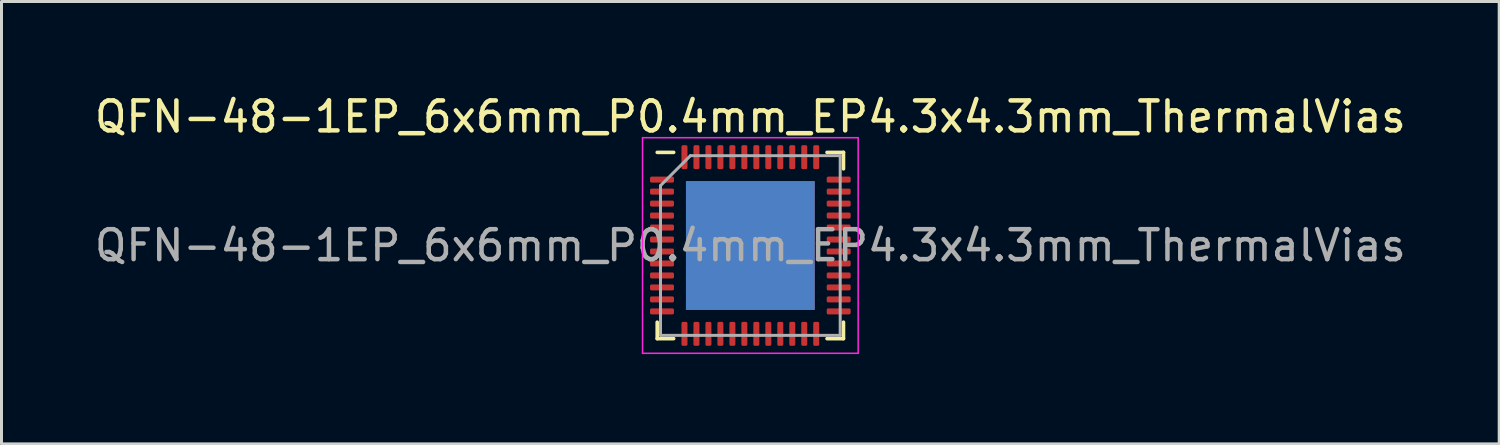
<source format=kicad_pcb>
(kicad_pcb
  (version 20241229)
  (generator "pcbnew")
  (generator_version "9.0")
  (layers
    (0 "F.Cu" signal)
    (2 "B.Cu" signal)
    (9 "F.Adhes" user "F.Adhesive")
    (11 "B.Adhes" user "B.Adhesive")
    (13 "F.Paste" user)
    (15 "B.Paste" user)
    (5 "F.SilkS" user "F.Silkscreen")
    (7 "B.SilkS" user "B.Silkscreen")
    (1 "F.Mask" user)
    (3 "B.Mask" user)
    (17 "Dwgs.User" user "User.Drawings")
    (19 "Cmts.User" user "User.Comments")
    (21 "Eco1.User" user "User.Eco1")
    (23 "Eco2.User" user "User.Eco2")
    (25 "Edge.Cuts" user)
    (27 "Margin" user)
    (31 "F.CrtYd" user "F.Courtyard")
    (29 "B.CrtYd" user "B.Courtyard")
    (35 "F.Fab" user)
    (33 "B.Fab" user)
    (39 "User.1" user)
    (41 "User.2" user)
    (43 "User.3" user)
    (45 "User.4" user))
  (footprint "QFN-48-1EP_6x6mm_P0.4mm_EP4.3x4.3mm_ThermalVias"
    (layer "F.Cu")
    (at 22.006 5.148)
    (property "Reference" "QFN-48-1EP_6x6mm_P0.4mm_EP4.3x4.3mm_ThermalVias" (at 0 -4.3 0) (layer "F.SilkS") (effects (font (size 1 1) (thickness 0.15))))
    (attr smd)
    (fp_line (start -3.11 3.11) (end -3.11 2.56) (stroke (width 0.12) (type solid)) (layer "F.SilkS"))
    (fp_line (start -2.56 -3.11) (end -3.11 -3.11) (stroke (width 0.12) (type solid)) (layer "F.SilkS"))
    (fp_line (start -2.56 3.11) (end -3.11 3.11) (stroke (width 0.12) (type solid)) (layer "F.SilkS"))
    (fp_line (start 2.56 -3.11) (end 3.11 -3.11) (stroke (width 0.12) (type solid)) (layer "F.SilkS"))
    (fp_line (start 2.56 3.11) (end 3.11 3.11) (stroke (width 0.12) (type solid)) (layer "F.SilkS"))
    (fp_line (start 3.11 -3.11) (end 3.11 -2.56) (stroke (width 0.12) (type solid)) (layer "F.SilkS"))
    (fp_line (start 3.11 3.11) (end 3.11 2.56) (stroke (width 0.12) (type solid)) (layer "F.SilkS"))
    (fp_line (start -3.6 -3.6) (end -3.6 3.6) (stroke (width 0.05) (type solid)) (layer "F.CrtYd"))
    (fp_line (start -3.6 3.6) (end 3.6 3.6) (stroke (width 0.05) (type solid)) (layer "F.CrtYd"))
    (fp_line (start 3.6 -3.6) (end -3.6 -3.6) (stroke (width 0.05) (type solid)) (layer "F.CrtYd"))
    (fp_line (start 3.6 3.6) (end 3.6 -3.6) (stroke (width 0.05) (type solid)) (layer "F.CrtYd"))
    (fp_line (start -3 -2) (end -2 -3) (stroke (width 0.1) (type solid)) (layer "F.Fab"))
    (fp_line (start -3 3) (end -3 -2) (stroke (width 0.1) (type solid)) (layer "F.Fab"))
    (fp_line (start -2 -3) (end 3 -3) (stroke (width 0.1) (type solid)) (layer "F.Fab"))
    (fp_line (start 3 -3) (end 3 3) (stroke (width 0.1) (type solid)) (layer "F.Fab"))
    (fp_line (start 3 3) (end -3 3) (stroke (width 0.1) (type solid)) (layer "F.Fab"))
    (fp_text user "${REFERENCE}" (at 0 0 0) (layer "F.Fab") (effects (font (size 1 1) (thickness 0.15))))
    (pad "" smd custom (at -1.267 -1.267) (size 1.034 1.034) (layers "F.Paste") (options (anchor circle)) (primitives (gr_poly (pts (xy -0.456 -0.356) (xy -0.356 -0.456) (xy 0.356 -0.456) (xy 0.456 -0.356) (xy 0.456 0.356) (xy 0.356 0.456) (xy -0.356 0.456) (xy -0.456 0.356)) (width 0.243) (fill yes))))
    (pad "" smd custom (at -1.267 0) (size 1.034 1.034) (layers "F.Paste") (options (anchor circle)) (primitives (gr_poly (pts (xy -0.456 -0.356) (xy -0.356 -0.456) (xy 0.356 -0.456) (xy 0.456 -0.356) (xy 0.456 0.356) (xy 0.356 0.456) (xy -0.356 0.456) (xy -0.456 0.356)) (width 0.243) (fill yes))))
    (pad "" smd custom (at -1.267 1.267) (size 1.034 1.034) (layers "F.Paste") (options (anchor circle)) (primitives (gr_poly (pts (xy -0.456 -0.356) (xy -0.356 -0.456) (xy 0.356 -0.456) (xy 0.456 -0.356) (xy 0.456 0.356) (xy 0.356 0.456) (xy -0.356 0.456) (xy -0.456 0.356)) (width 0.243) (fill yes))))
    (pad "" smd custom (at 0 -1.267) (size 1.034 1.034) (layers "F.Paste") (options (anchor circle)) (primitives (gr_poly (pts (xy -0.456 -0.356) (xy -0.356 -0.456) (xy 0.356 -0.456) (xy 0.456 -0.356) (xy 0.456 0.356) (xy 0.356 0.456) (xy -0.356 0.456) (xy -0.456 0.356)) (width 0.243) (fill yes))))
    (pad "" smd custom (at 0 0) (size 1.034 1.034) (layers "F.Paste") (options (anchor circle)) (primitives (gr_poly (pts (xy -0.456 -0.356) (xy -0.356 -0.456) (xy 0.356 -0.456) (xy 0.456 -0.356) (xy 0.456 0.356) (xy 0.356 0.456) (xy -0.356 0.456) (xy -0.456 0.356)) (width 0.243) (fill yes))))
    (pad "" smd custom (at 0 1.267) (size 1.034 1.034) (layers "F.Paste") (options (anchor circle)) (primitives (gr_poly (pts (xy -0.456 -0.356) (xy -0.356 -0.456) (xy 0.356 -0.456) (xy 0.456 -0.356) (xy 0.456 0.356) (xy 0.356 0.456) (xy -0.356 0.456) (xy -0.456 0.356)) (width 0.243) (fill yes))))
    (pad "" smd custom (at 1.267 -1.267) (size 1.034 1.034) (layers "F.Paste") (options (anchor circle)) (primitives (gr_poly (pts (xy -0.456 -0.356) (xy -0.356 -0.456) (xy 0.356 -0.456) (xy 0.456 -0.356) (xy 0.456 0.356) (xy 0.356 0.456) (xy -0.356 0.456) (xy -0.456 0.356)) (width 0.243) (fill yes))))
    (pad "" smd custom (at 1.267 0) (size 1.034 1.034) (layers "F.Paste") (options (anchor circle)) (primitives (gr_poly (pts (xy -0.456 -0.356) (xy -0.356 -0.456) (xy 0.356 -0.456) (xy 0.456 -0.356) (xy 0.456 0.356) (xy 0.356 0.456) (xy -0.356 0.456) (xy -0.456 0.356)) (width 0.243) (fill yes))))
    (pad "" smd custom (at 1.267 1.267) (size 1.034 1.034) (layers "F.Paste") (options (anchor circle)) (primitives (gr_poly (pts (xy -0.456 -0.356) (xy -0.356 -0.456) (xy 0.356 -0.456) (xy 0.456 -0.356) (xy 0.456 0.356) (xy 0.356 0.456) (xy -0.356 0.456) (xy -0.456 0.356)) (width 0.243) (fill yes))))
    (pad "1" smd roundrect (at -2.95 -2.2) (size 0.8 0.2) (layers "F.Cu" "F.Mask" "F.Paste") (roundrect_rratio 0.25))
    (pad "2" smd roundrect (at -2.95 -1.8) (size 0.8 0.2) (layers "F.Cu" "F.Mask" "F.Paste") (roundrect_rratio 0.25))
    (pad "3" smd roundrect (at -2.95 -1.4) (size 0.8 0.2) (layers "F.Cu" "F.Mask" "F.Paste") (roundrect_rratio 0.25))
    (pad "4" smd roundrect (at -2.95 -1) (size 0.8 0.2) (layers "F.Cu" "F.Mask" "F.Paste") (roundrect_rratio 0.25))
    (pad "5" smd roundrect (at -2.95 -0.6) (size 0.8 0.2) (layers "F.Cu" "F.Mask" "F.Paste") (roundrect_rratio 0.25))
    (pad "6" smd roundrect (at -2.95 -0.2) (size 0.8 0.2) (layers "F.Cu" "F.Mask" "F.Paste") (roundrect_rratio 0.25))
    (pad "7" smd roundrect (at -2.95 0.2) (size 0.8 0.2) (layers "F.Cu" "F.Mask" "F.Paste") (roundrect_rratio 0.25))
    (pad "8" smd roundrect (at -2.95 0.6) (size 0.8 0.2) (layers "F.Cu" "F.Mask" "F.Paste") (roundrect_rratio 0.25))
    (pad "9" smd roundrect (at -2.95 1) (size 0.8 0.2) (layers "F.Cu" "F.Mask" "F.Paste") (roundrect_rratio 0.25))
    (pad "10" smd roundrect (at -2.95 1.4) (size 0.8 0.2) (layers "F.Cu" "F.Mask" "F.Paste") (roundrect_rratio 0.25))
    (pad "11" smd roundrect (at -2.95 1.8) (size 0.8 0.2) (layers "F.Cu" "F.Mask" "F.Paste") (roundrect_rratio 0.25))
    (pad "12" smd roundrect (at -2.95 2.2) (size 0.8 0.2) (layers "F.Cu" "F.Mask" "F.Paste") (roundrect_rratio 0.25))
    (pad "13" smd roundrect (at -2.2 2.95) (size 0.2 0.8) (layers "F.Cu" "F.Mask" "F.Paste") (roundrect_rratio 0.25))
    (pad "14" smd roundrect (at -1.8 2.95) (size 0.2 0.8) (layers "F.Cu" "F.Mask" "F.Paste") (roundrect_rratio 0.25))
    (pad "15" smd roundrect (at -1.4 2.95) (size 0.2 0.8) (layers "F.Cu" "F.Mask" "F.Paste") (roundrect_rratio 0.25))
    (pad "16" smd roundrect (at -1 2.95) (size 0.2 0.8) (layers "F.Cu" "F.Mask" "F.Paste") (roundrect_rratio 0.25))
    (pad "17" smd roundrect (at -0.6 2.95) (size 0.2 0.8) (layers "F.Cu" "F.Mask" "F.Paste") (roundrect_rratio 0.25))
    (pad "18" smd roundrect (at -0.2 2.95) (size 0.2 0.8) (layers "F.Cu" "F.Mask" "F.Paste") (roundrect_rratio 0.25))
    (pad "19" smd roundrect (at 0.2 2.95) (size 0.2 0.8) (layers "F.Cu" "F.Mask" "F.Paste") (roundrect_rratio 0.25))
    (pad "20" smd roundrect (at 0.6 2.95) (size 0.2 0.8) (layers "F.Cu" "F.Mask" "F.Paste") (roundrect_rratio 0.25))
    (pad "21" smd roundrect (at 1 2.95) (size 0.2 0.8) (layers "F.Cu" "F.Mask" "F.Paste") (roundrect_rratio 0.25))
    (pad "22" smd roundrect (at 1.4 2.95) (size 0.2 0.8) (layers "F.Cu" "F.Mask" "F.Paste") (roundrect_rratio 0.25))
    (pad "23" smd roundrect (at 1.8 2.95) (size 0.2 0.8) (layers "F.Cu" "F.Mask" "F.Paste") (roundrect_rratio 0.25))
    (pad "24" smd roundrect (at 2.2 2.95) (size 0.2 0.8) (layers "F.Cu" "F.Mask" "F.Paste") (roundrect_rratio 0.25))
    (pad "25" smd roundrect (at 2.95 2.2) (size 0.8 0.2) (layers "F.Cu" "F.Mask" "F.Paste") (roundrect_rratio 0.25))
    (pad "26" smd roundrect (at 2.95 1.8) (size 0.8 0.2) (layers "F.Cu" "F.Mask" "F.Paste") (roundrect_rratio 0.25))
    (pad "27" smd roundrect (at 2.95 1.4) (size 0.8 0.2) (layers "F.Cu" "F.Mask" "F.Paste") (roundrect_rratio 0.25))
    (pad "28" smd roundrect (at 2.95 1) (size 0.8 0.2) (layers "F.Cu" "F.Mask" "F.Paste") (roundrect_rratio 0.25))
    (pad "29" smd roundrect (at 2.95 0.6) (size 0.8 0.2) (layers "F.Cu" "F.Mask" "F.Paste") (roundrect_rratio 0.25))
    (pad "30" smd roundrect (at 2.95 0.2) (size 0.8 0.2) (layers "F.Cu" "F.Mask" "F.Paste") (roundrect_rratio 0.25))
    (pad "31" smd roundrect (at 2.95 -0.2) (size 0.8 0.2) (layers "F.Cu" "F.Mask" "F.Paste") (roundrect_rratio 0.25))
    (pad "32" smd roundrect (at 2.95 -0.6) (size 0.8 0.2) (layers "F.Cu" "F.Mask" "F.Paste") (roundrect_rratio 0.25))
    (pad "33" smd roundrect (at 2.95 -1) (size 0.8 0.2) (layers "F.Cu" "F.Mask" "F.Paste") (roundrect_rratio 0.25))
    (pad "34" smd roundrect (at 2.95 -1.4) (size 0.8 0.2) (layers "F.Cu" "F.Mask" "F.Paste") (roundrect_rratio 0.25))
    (pad "35" smd roundrect (at 2.95 -1.8) (size 0.8 0.2) (layers "F.Cu" "F.Mask" "F.Paste") (roundrect_rratio 0.25))
    (pad "36" smd roundrect (at 2.95 -2.2) (size 0.8 0.2) (layers "F.Cu" "F.Mask" "F.Paste") (roundrect_rratio 0.25))
    (pad "37" smd roundrect (at 2.2 -2.95) (size 0.2 0.8) (layers "F.Cu" "F.Mask" "F.Paste") (roundrect_rratio 0.25))
    (pad "38" smd roundrect (at 1.8 -2.95) (size 0.2 0.8) (layers "F.Cu" "F.Mask" "F.Paste") (roundrect_rratio 0.25))
    (pad "39" smd roundrect (at 1.4 -2.95) (size 0.2 0.8) (layers "F.Cu" "F.Mask" "F.Paste") (roundrect_rratio 0.25))
    (pad "40" smd roundrect (at 1 -2.95) (size 0.2 0.8) (layers "F.Cu" "F.Mask" "F.Paste") (roundrect_rratio 0.25))
    (pad "41" smd roundrect (at 0.6 -2.95) (size 0.2 0.8) (layers "F.Cu" "F.Mask" "F.Paste") (roundrect_rratio 0.25))
    (pad "42" smd roundrect (at 0.2 -2.95) (size 0.2 0.8) (layers "F.Cu" "F.Mask" "F.Paste") (roundrect_rratio 0.25))
    (pad "43" smd roundrect (at -0.2 -2.95) (size 0.2 0.8) (layers "F.Cu" "F.Mask" "F.Paste") (roundrect_rratio 0.25))
    (pad "44" smd roundrect (at -0.6 -2.95) (size 0.2 0.8) (layers "F.Cu" "F.Mask" "F.Paste") (roundrect_rratio 0.25))
    (pad "45" smd roundrect (at -1 -2.95) (size 0.2 0.8) (layers "F.Cu" "F.Mask" "F.Paste") (roundrect_rratio 0.25))
    (pad "46" smd roundrect (at -1.4 -2.95) (size 0.2 0.8) (layers "F.Cu" "F.Mask" "F.Paste") (roundrect_rratio 0.25))
    (pad "47" smd roundrect (at -1.8 -2.95) (size 0.2 0.8) (layers "F.Cu" "F.Mask" "F.Paste") (roundrect_rratio 0.25))
    (pad "48" smd roundrect (at -2.2 -2.95) (size 0.2 0.8) (layers "F.Cu" "F.Mask" "F.Paste") (roundrect_rratio 0.25))
    (pad "49" smd rect (at 0 0) (size 4.3 4.3) (layers "B.Cu"))
    (pad "EP" smd rect (at 0 0) (size 4.3 4.3) (layers "F.Cu" "F.Mask")))
  (gr_rect
    (start -3 -3)
    (end 47.012 11.773)
    (stroke (width 0.1) (type default))
    (fill no)
    (layer "Edge.Cuts")))
</source>
